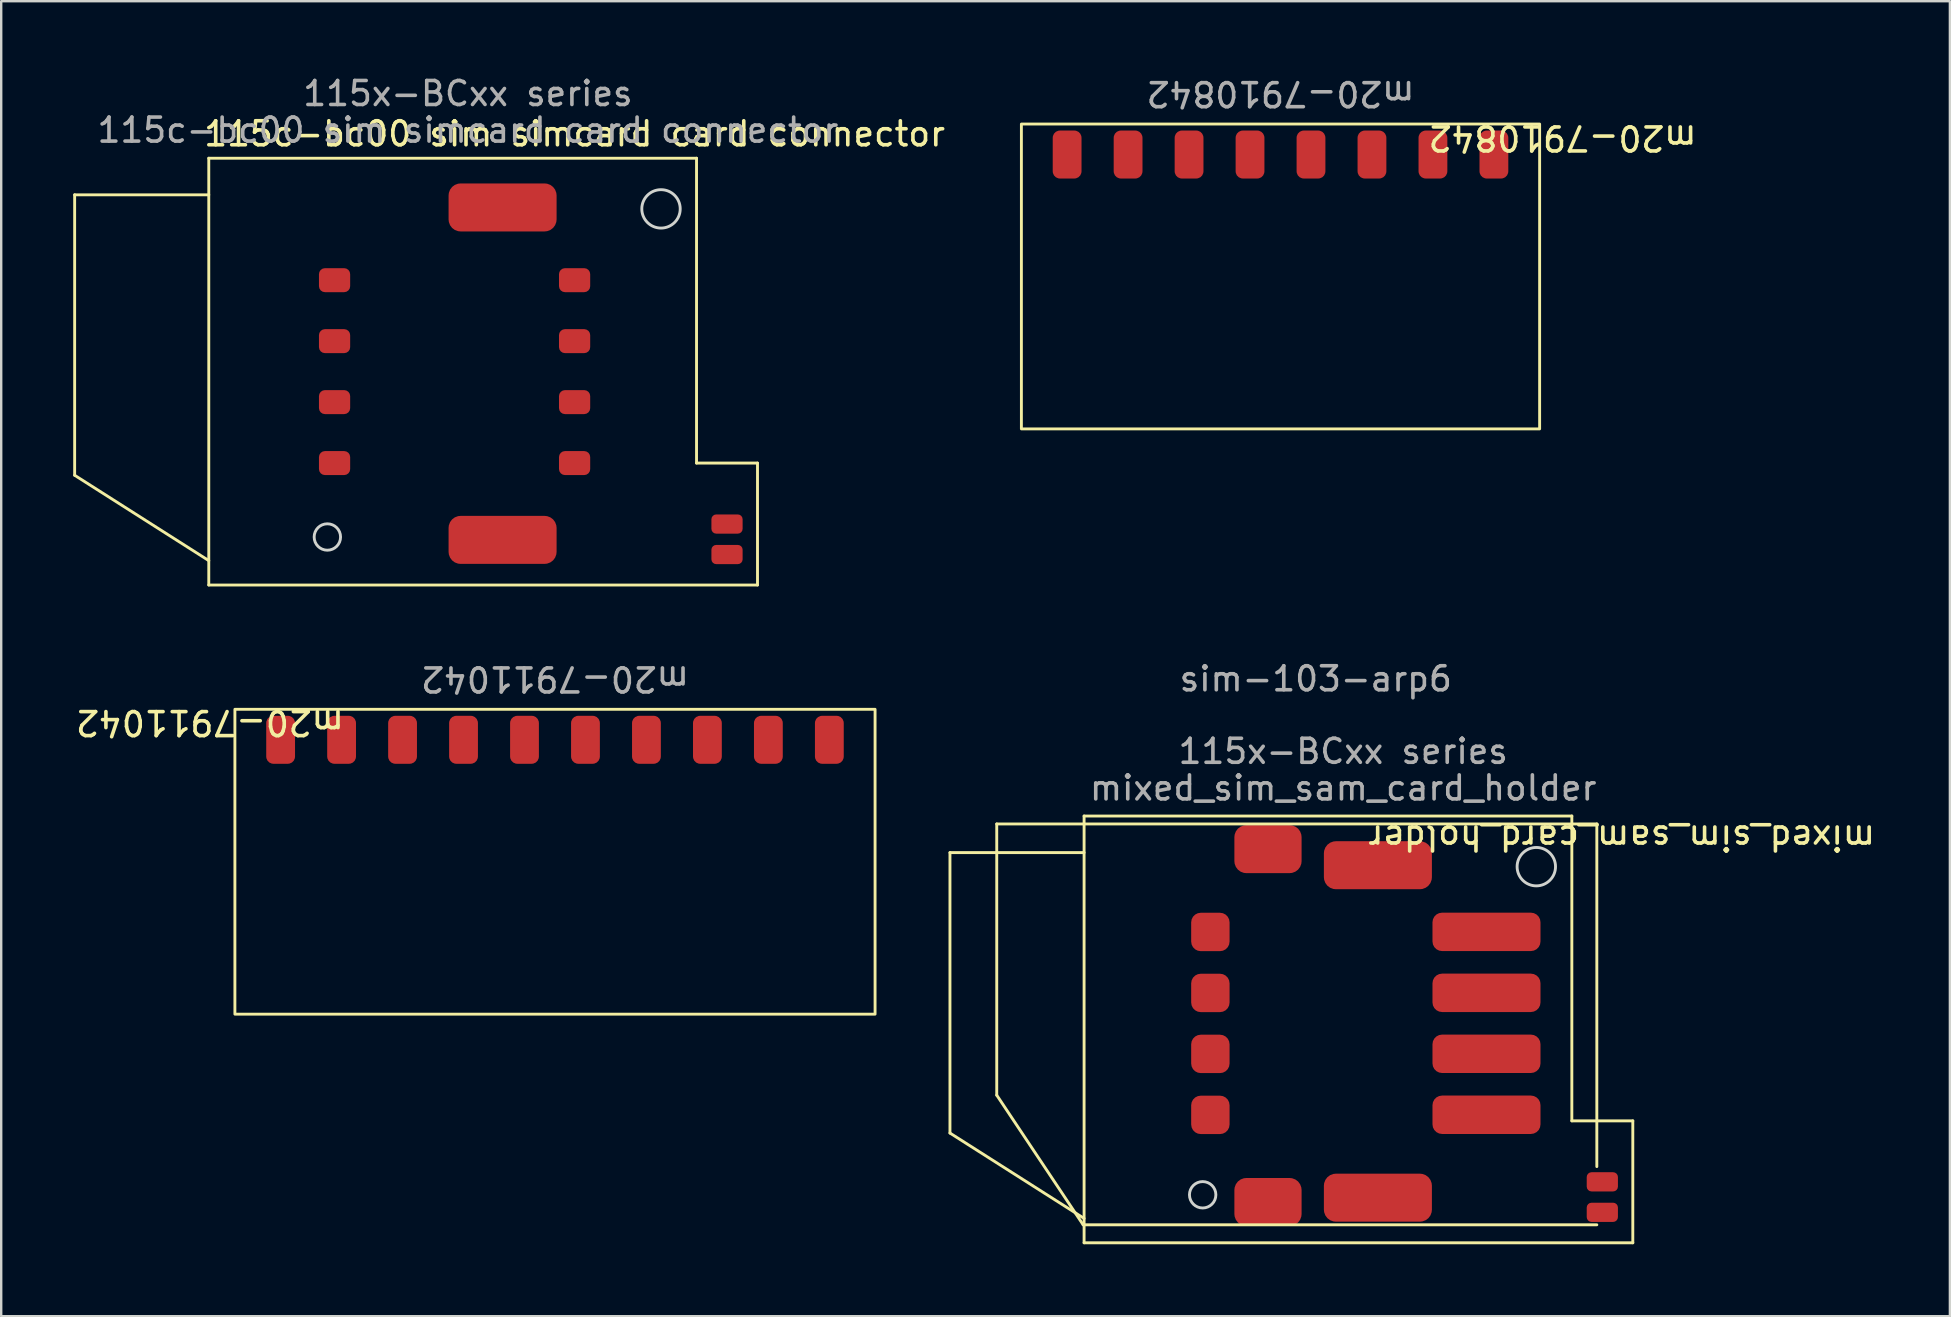
<source format=kicad_pcb>
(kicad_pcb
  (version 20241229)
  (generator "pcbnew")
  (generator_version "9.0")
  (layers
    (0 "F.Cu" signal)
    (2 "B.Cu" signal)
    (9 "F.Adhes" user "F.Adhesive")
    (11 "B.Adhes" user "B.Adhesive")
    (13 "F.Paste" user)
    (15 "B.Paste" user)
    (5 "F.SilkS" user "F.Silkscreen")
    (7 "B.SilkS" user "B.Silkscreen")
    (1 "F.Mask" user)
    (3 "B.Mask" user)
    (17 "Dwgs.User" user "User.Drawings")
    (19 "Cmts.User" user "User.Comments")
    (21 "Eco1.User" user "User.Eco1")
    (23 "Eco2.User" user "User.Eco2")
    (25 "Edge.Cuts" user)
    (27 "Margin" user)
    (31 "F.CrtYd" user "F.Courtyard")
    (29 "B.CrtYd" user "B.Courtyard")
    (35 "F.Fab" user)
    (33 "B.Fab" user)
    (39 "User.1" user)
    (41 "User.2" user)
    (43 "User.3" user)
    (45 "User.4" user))
  (footprint "m20-7910842"
    (layer "F.Cu")
    (at 50.297 3.388)
    (property "Reference" "m20-7910842" (at 11.75 -0.695 180) (unlocked yes) (layer "F.SilkS") (effects (font (size 1 1) (thickness 0.15))))
    (attr smd)
    (fp_rect (start -10.795 -1.27) (end 10.795 11.43) (stroke (width 0.12) (type solid)) (fill no) (layer "F.SilkS"))
    (fp_text user "${REFERENCE}" (at 0 -2.54 180) (unlocked yes) (layer "F.Fab") (effects (font (size 1 1) (thickness 0.15))))
    (pad "1" smd roundrect (at -8.89 0 180) (size 1.2 2) (layers "F.Cu" "F.Mask" "F.Paste") (roundrect_rratio 0.25))
    (pad "2" smd roundrect (at -6.35 0 180) (size 1.2 2) (layers "F.Cu" "F.Mask" "F.Paste") (roundrect_rratio 0.25))
    (pad "3" smd roundrect (at -3.81 0 180) (size 1.2 2) (layers "F.Cu" "F.Mask" "F.Paste") (roundrect_rratio 0.25))
    (pad "4" smd roundrect (at -1.27 0 180) (size 1.2 2) (layers "F.Cu" "F.Mask" "F.Paste") (roundrect_rratio 0.25))
    (pad "5" smd roundrect (at 1.27 0 180) (size 1.2 2) (layers "F.Cu" "F.Mask" "F.Paste") (roundrect_rratio 0.25))
    (pad "6" smd roundrect (at 3.81 0 180) (size 1.2 2) (layers "F.Cu" "F.Mask" "F.Paste") (roundrect_rratio 0.25))
    (pad "7" smd roundrect (at 6.35 0 180) (size 1.2 2) (layers "F.Cu" "F.Mask" "F.Paste") (roundrect_rratio 0.25))
    (pad "8" smd roundrect (at 8.89 0 180) (size 1.2 2) (layers "F.Cu" "F.Mask" "F.Paste") (roundrect_rratio 0.25)))
  (footprint "m20-7911042"
    (layer "F.Cu")
    (at 20.071 27.77)
    (property "Reference" "m20-7911042" (at -14.375 -0.72 180) (unlocked yes) (layer "F.SilkS") (effects (font (size 1 1) (thickness 0.15))))
    (attr smd)
    (fp_rect (start -13.335 -1.27) (end 13.335 11.43) (stroke (width 0.12) (type solid)) (fill no) (layer "F.SilkS"))
    (fp_text user "${REFERENCE}" (at 0 -2.54 180) (unlocked yes) (layer "F.Fab") (effects (font (size 1 1) (thickness 0.15))))
    (pad "1" smd roundrect (at -11.43 0 180) (size 1.2 2) (layers "F.Cu" "F.Mask" "F.Paste") (roundrect_rratio 0.25))
    (pad "2" smd roundrect (at -8.89 0 180) (size 1.2 2) (layers "F.Cu" "F.Mask" "F.Paste") (roundrect_rratio 0.25))
    (pad "3" smd roundrect (at -6.35 0 180) (size 1.2 2) (layers "F.Cu" "F.Mask" "F.Paste") (roundrect_rratio 0.25))
    (pad "4" smd roundrect (at -3.81 0 180) (size 1.2 2) (layers "F.Cu" "F.Mask" "F.Paste") (roundrect_rratio 0.25))
    (pad "5" smd roundrect (at -1.27 0 180) (size 1.2 2) (layers "F.Cu" "F.Mask" "F.Paste") (roundrect_rratio 0.25))
    (pad "6" smd roundrect (at 1.27 0 180) (size 1.2 2) (layers "F.Cu" "F.Mask" "F.Paste") (roundrect_rratio 0.25))
    (pad "7" smd roundrect (at 3.81 0 180) (size 1.2 2) (layers "F.Cu" "F.Mask" "F.Paste") (roundrect_rratio 0.25))
    (pad "8" smd roundrect (at 6.35 0 180) (size 1.2 2) (layers "F.Cu" "F.Mask" "F.Paste") (roundrect_rratio 0.25))
    (pad "9" smd roundrect (at 8.89 0 180) (size 1.2 2) (layers "F.Cu" "F.Mask" "F.Paste") (roundrect_rratio 0.25))
    (pad "10" smd roundrect (at 11.43 0 180) (size 1.2 2) (layers "F.Cu" "F.Mask" "F.Paste") (roundrect_rratio 0.25)))
  (footprint "115c-bc00 sim simcard card connector"
    (layer "F.Cu")
    (at 20.888 8.622)
    (property "Reference" "115c-bc00 sim simcard card connector" (at 0 -6.096 0) (unlocked yes) (layer "F.SilkS") (effects (font (size 1 1) (thickness 0.15))))
    (attr smd)
    (fp_line (start -20.828 -3.556) (end -20.828 8.128) (stroke (width 0.12) (type solid)) (layer "F.SilkS"))
    (fp_line (start -20.828 8.128) (end -15.24 11.684) (stroke (width 0.12) (type solid)) (layer "F.SilkS"))
    (fp_line (start -15.24 -5.08) (end -15.24 12.7) (stroke (width 0.12) (type solid)) (layer "F.SilkS"))
    (fp_line (start -15.24 -3.556) (end -20.828 -3.556) (stroke (width 0.12) (type solid)) (layer "F.SilkS"))
    (fp_line (start -15.24 12.7) (end 7.62 12.7) (stroke (width 0.12) (type solid)) (layer "F.SilkS"))
    (fp_line (start 5.08 -5.08) (end -15.24 -5.08) (stroke (width 0.12) (type solid)) (layer "F.SilkS"))
    (fp_line (start 5.08 7.62) (end 5.08 -5.08) (stroke (width 0.12) (type solid)) (layer "F.SilkS"))
    (fp_line (start 7.62 7.62) (end 5.08 7.62) (stroke (width 0.12) (type solid)) (layer "F.SilkS"))
    (fp_line (start 7.62 12.7) (end 7.62 7.62) (stroke (width 0.12) (type solid)) (layer "F.SilkS"))
    (fp_circle (center -10.3 10.7) (end -9.75 10.7) (stroke (width 0.12) (type solid)) (fill no) (layer "Edge.Cuts"))
    (fp_circle (center 3.6 -2.97) (end 4.4 -2.97) (stroke (width 0.12) (type solid)) (fill no) (layer "Edge.Cuts"))
    (fp_text user "${REFERENCE}" (at -4.445 -6.25 0) (unlocked yes) (layer "F.Fab") (effects (font (size 1 1) (thickness 0.15))))
    (fp_text user "115x-BCxx series" (at -4.445 -7.774 0) (layer "F.Fab") (effects (font (size 1 1) (thickness 0.15))))
    (pad "1" smd roundrect (at 0 0) (size 1.3 1) (layers "F.Cu" "F.Mask" "F.Paste") (roundrect_rratio 0.25))
    (pad "2" smd roundrect (at 0 2.54) (size 1.3 1) (layers "F.Cu" "F.Mask" "F.Paste") (roundrect_rratio 0.25))
    (pad "3" smd roundrect (at 0 5.08) (size 1.3 1) (layers "F.Cu" "F.Mask" "F.Paste") (roundrect_rratio 0.25))
    (pad "4" smd roundrect (at 0 7.62) (size 1.3 1) (layers "F.Cu" "F.Mask" "F.Paste") (roundrect_rratio 0.25))
    (pad "5" smd roundrect (at -10 0) (size 1.3 1) (layers "F.Cu" "F.Mask" "F.Paste") (roundrect_rratio 0.25))
    (pad "6" smd roundrect (at -10 2.54) (size 1.3 1) (layers "F.Cu" "F.Mask" "F.Paste") (roundrect_rratio 0.25))
    (pad "7" smd roundrect (at -10 5.08) (size 1.3 1) (layers "F.Cu" "F.Mask" "F.Paste") (roundrect_rratio 0.25))
    (pad "8" smd roundrect (at -10 7.62) (size 1.3 1) (layers "F.Cu" "F.Mask" "F.Paste") (roundrect_rratio 0.25))
    (pad "CSW" smd roundrect (at 6.35 10.16) (size 1.3 0.8) (layers "F.Cu" "F.Mask" "F.Paste") (roundrect_rratio 0.25))
    (pad "DSW" smd roundrect (at 6.35 11.43) (size 1.3 0.8) (layers "F.Cu" "F.Mask" "F.Paste") (roundrect_rratio 0.25))
    (pad "sh" smd roundrect (at -3 -3.03) (size 4.5 2) (layers "F.Cu" "F.Mask" "F.Paste") (roundrect_rratio 0.25))
    (pad "sh" smd roundrect (at -3 10.82) (size 4.5 2) (layers "F.Cu" "F.Mask" "F.Paste") (roundrect_rratio 0.25)))
  (footprint "mixed_sim_sam_card_holder"
    (layer "F.Cu")
    (at 57.354 36.026)
    (property "Reference" "mixed_sim_sam_card_holder" (at 7.157 -4.168 180) (unlocked yes) (layer "F.SilkS") (effects (font (size 1 1) (thickness 0.15))))
    (attr smd)
    (fp_line (start -20.828 -3.556) (end -20.828 8.128) (stroke (width 0.12) (type solid)) (layer "F.SilkS"))
    (fp_line (start -20.828 8.128) (end -15.24 11.684) (stroke (width 0.12) (type solid)) (layer "F.SilkS"))
    (fp_line (start -18.879 6.55) (end -18.879 -4.75) (stroke (width 0.12) (type solid)) (layer "F.SilkS"))
    (fp_line (start -15.279 11.95) (end -18.879 6.55) (stroke (width 0.12) (type solid)) (layer "F.SilkS"))
    (fp_line (start -15.24 -5.08) (end -15.24 12.7) (stroke (width 0.12) (type solid)) (layer "F.SilkS"))
    (fp_line (start -15.24 -3.556) (end -20.828 -3.556) (stroke (width 0.12) (type solid)) (layer "F.SilkS"))
    (fp_line (start -15.24 12.7) (end 7.62 12.7) (stroke (width 0.12) (type solid)) (layer "F.SilkS"))
    (fp_line (start 5.08 -5.08) (end -15.24 -5.08) (stroke (width 0.12) (type solid)) (layer "F.SilkS"))
    (fp_line (start 5.08 7.62) (end 5.08 -5.08) (stroke (width 0.12) (type solid)) (layer "F.SilkS"))
    (fp_line (start 6.121 -4.75) (end -18.879 -4.75) (stroke (width 0.12) (type solid)) (layer "F.SilkS"))
    (fp_line (start 6.121 -4.75) (end 6.121 9.525) (stroke (width 0.12) (type solid)) (layer "F.SilkS"))
    (fp_line (start 6.121 11.95) (end -15.279 11.95) (stroke (width 0.12) (type solid)) (layer "F.SilkS"))
    (fp_line (start 7.62 7.62) (end 5.08 7.62) (stroke (width 0.12) (type solid)) (layer "F.SilkS"))
    (fp_line (start 7.62 12.7) (end 7.62 7.62) (stroke (width 0.12) (type solid)) (layer "F.SilkS"))
    (fp_circle (center -10.3 10.7) (end -9.75 10.7) (stroke (width 0.12) (type solid)) (fill no) (layer "Edge.Cuts"))
    (fp_circle (center 3.6 -2.97) (end 4.4 -2.97) (stroke (width 0.12) (type solid)) (fill no) (layer "Edge.Cuts"))
    (fp_text user "sim-103-arp6" (at -5.588 -10.795 0) (layer "F.Fab") (effects (font (size 1 1) (thickness 0.15))))
    (fp_text user "115x-BCxx series" (at -4.445 -7.774 0) (layer "F.Fab") (effects (font (size 1 1) (thickness 0.15))))
    (fp_text user "${REFERENCE}" (at -4.445 -6.25 0) (unlocked yes) (layer "F.Fab") (effects (font (size 1 1) (thickness 0.15))))
    (pad "1" smd roundrect (at 1.524 -0.254) (size 4.5 1.6) (layers "F.Cu" "F.Mask" "F.Paste") (roundrect_rratio 0.25))
    (pad "2" smd roundrect (at 1.524 2.286) (size 4.5 1.6) (layers "F.Cu" "F.Mask" "F.Paste") (roundrect_rratio 0.25))
    (pad "3" smd roundrect (at 1.524 4.826) (size 4.5 1.6) (layers "F.Cu" "F.Mask" "F.Paste") (roundrect_rratio 0.25))
    (pad "4" smd roundrect (at 1.524 7.366) (size 4.5 1.6) (layers "F.Cu" "F.Mask" "F.Paste") (roundrect_rratio 0.25))
    (pad "5" smd roundrect (at -9.979 -0.25) (size 1.6 1.6) (layers "F.Cu" "F.Mask" "F.Paste") (roundrect_rratio 0.25))
    (pad "6" smd roundrect (at -9.979 2.29) (size 1.6 1.6) (layers "F.Cu" "F.Mask" "F.Paste") (roundrect_rratio 0.25))
    (pad "7" smd roundrect (at -9.979 4.83) (size 1.6 1.6) (layers "F.Cu" "F.Mask" "F.Paste") (roundrect_rratio 0.25))
    (pad "8" smd roundrect (at -9.979 7.37) (size 1.6 1.6) (layers "F.Cu" "F.Mask" "F.Paste") (roundrect_rratio 0.25))
    (pad "CSW" smd roundrect (at 6.35 10.16) (size 1.3 0.8) (layers "F.Cu" "F.Mask" "F.Paste") (roundrect_rratio 0.25))
    (pad "DSW" smd roundrect (at 6.35 11.43) (size 1.3 0.8) (layers "F.Cu" "F.Mask" "F.Paste") (roundrect_rratio 0.25))
    (pad "sh" smd roundrect (at -7.579 -3.7) (size 2.8 2) (layers "F.Cu" "F.Mask" "F.Paste") (roundrect_rratio 0.25))
    (pad "sh" smd roundrect (at -7.579 11) (size 2.8 2) (layers "F.Cu" "F.Mask" "F.Paste") (roundrect_rratio 0.25))
    (pad "sh" smd roundrect (at -3 -3.03) (size 4.5 2) (layers "F.Cu" "F.Mask" "F.Paste") (roundrect_rratio 0.25))
    (pad "sh" smd roundrect (at -3 10.82) (size 4.5 2) (layers "F.Cu" "F.Mask" "F.Paste") (roundrect_rratio 0.25)))
  (gr_rect
    (start -3 -3)
    (end 78.184 51.785)
    (stroke (width 0.1) (type default))
    (fill no)
    (layer "Edge.Cuts")))
</source>
